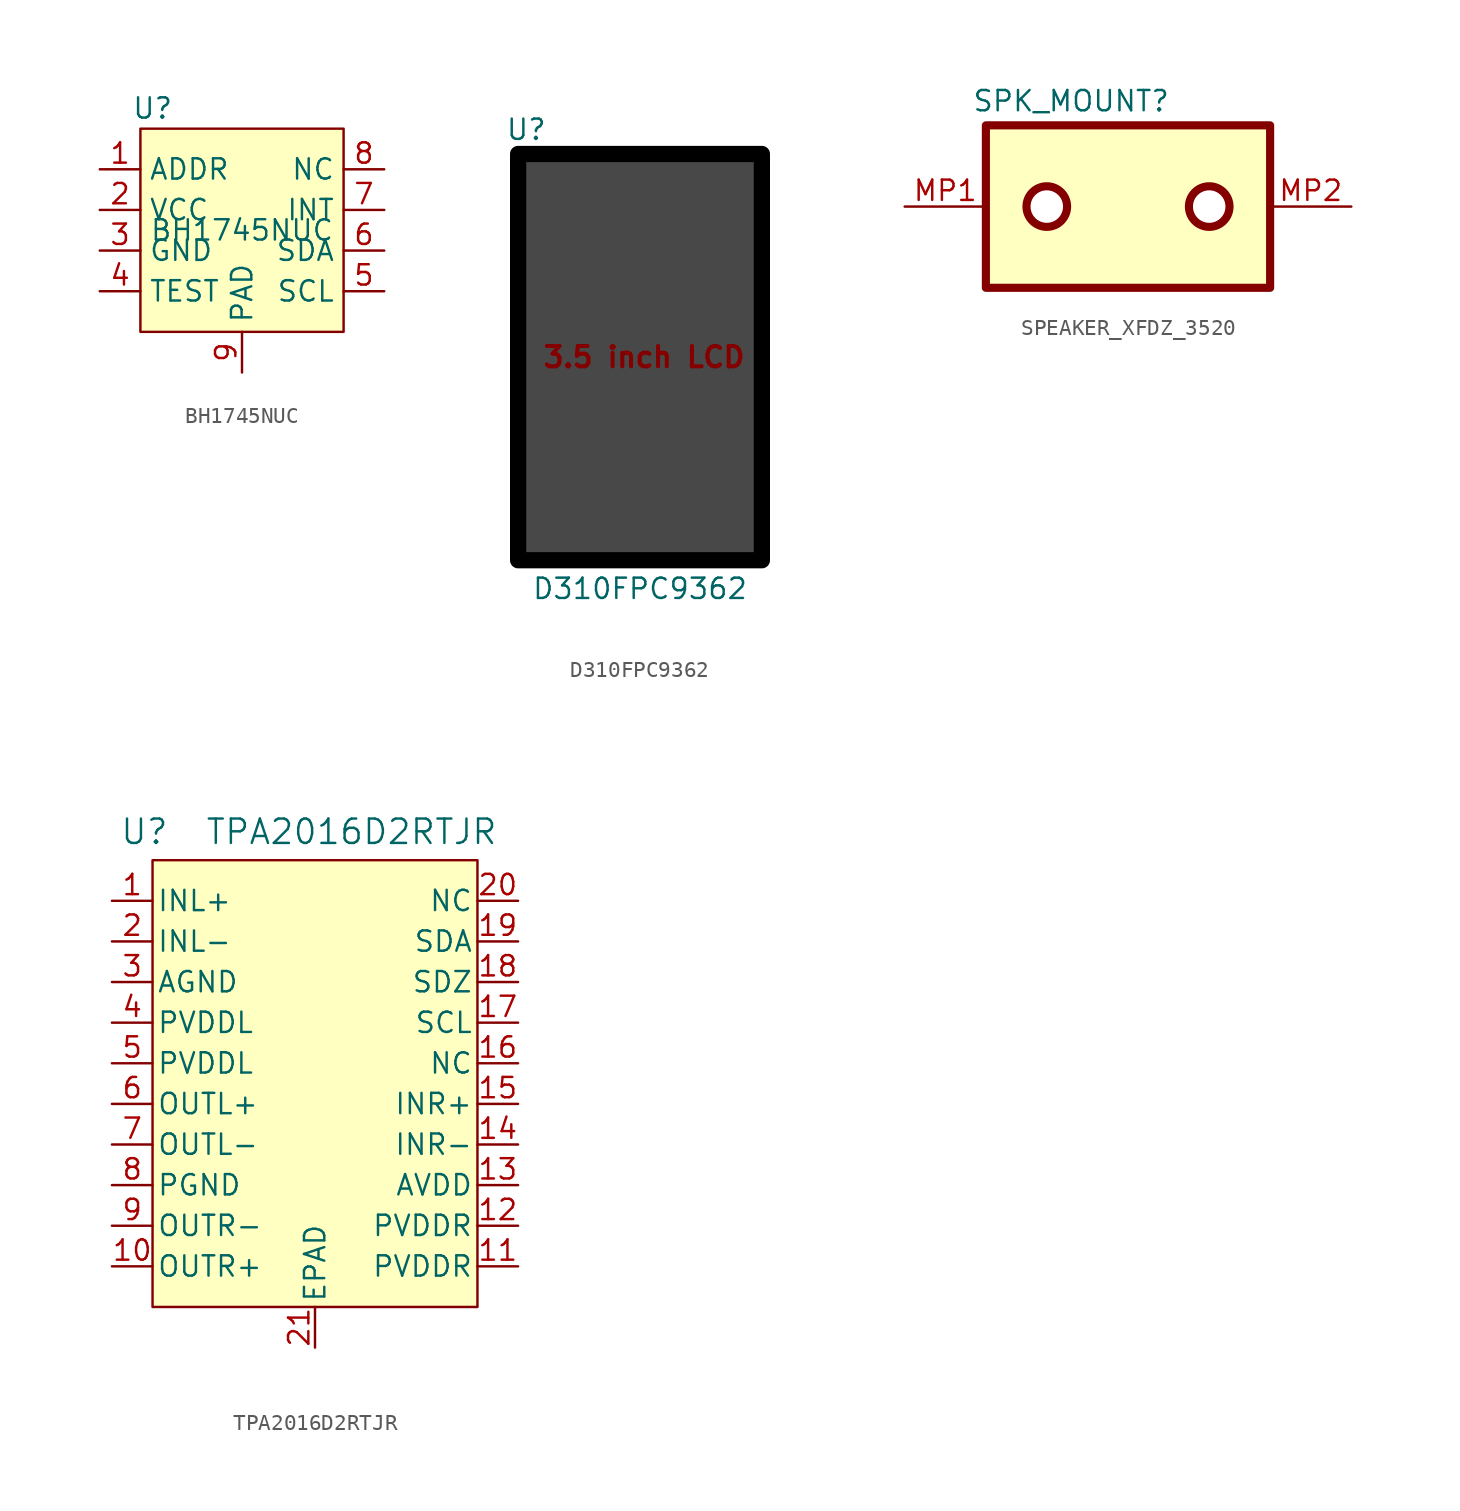
<source format=kicad_sym>
(kicad_symbol_lib
  (version 20241209)
  (generator "kicad_symbol_editor")
  (generator_version "9.0")
  (symbol "BH1745NUC"
    (property "Reference" "U"
      (at -5.588 7.62 0)
      (effects (font (size 1.27 1.27))))
    (property "Value" "BH1745NUC"
      (at 0 0 0)
      (effects (font (size 1.27 1.27))))
    (symbol "BH1745NUC_1_1"
      (rectangle (start -6.35 6.35) (end 6.35 -6.35) (stroke (width 0) (type solid)) (fill (type background)))
      (pin input line (at -8.89 3.81 0) (length 2.54) (name "ADDR" (effects (font (size 1.27 1.27)))) (number "1" (effects (font (size 1.27 1.27)))))
      (pin power_in line (at -8.89 1.27 0) (length 2.54) (name "VCC" (effects (font (size 1.27 1.27)))) (number "2" (effects (font (size 1.27 1.27)))))
      (pin power_in line (at -8.89 -1.27 0) (length 2.54) (name "GND" (effects (font (size 1.27 1.27)))) (number "3" (effects (font (size 1.27 1.27)))))
      (pin free line (at -8.89 -3.81 0) (length 2.54) (name "TEST" (effects (font (size 1.27 1.27)))) (number "4" (effects (font (size 1.27 1.27)))))
      (pin free line (at 0 -8.89 90) (length 2.54) (name "PAD" (effects (font (size 1.27 1.27)))) (number "9" (effects (font (size 1.27 1.27)))))
      (pin free line (at 8.89 3.81 180) (length 2.54) (name "NC" (effects (font (size 1.27 1.27)))) (number "8" (effects (font (size 1.27 1.27)))))
      (pin free line (at 8.89 1.27 180) (length 2.54) (name "INT" (effects (font (size 1.27 1.27)))) (number "7" (effects (font (size 1.27 1.27)))))
      (pin bidirectional line (at 8.89 -1.27 180) (length 2.54) (name "SDA" (effects (font (size 1.27 1.27)))) (number "6" (effects (font (size 1.27 1.27)))))
      (pin input line (at 8.89 -3.81 180) (length 2.54) (name "SCL" (effects (font (size 1.27 1.27)))) (number "5" (effects (font (size 1.27 1.27)))))))
  (symbol "D310FPC9362"
    (property "Reference" "U"
      (at -7.112 14.224 0)
      (effects (font (size 1.27 1.27))))
    (property "Value" "D310FPC9362"
      (at 0 -14.478 0)
      (effects (font (size 1.27 1.27))))
    (symbol "D310FPC9362_1_1"
      (rectangle (start -7.62 12.7) (end 7.62 -12.7) (stroke (width 1.016) (type solid) (color 0 0 0 1)) (fill (type color) (color 72 72 72 1)))
      (text "3.5 inch LCD" (at 0.254 0 0) (effects (font (size 1.27 1.27) (thickness 0.254) (bold yes))))))
  (symbol "SPEAKER_XFDZ_3520"
    (property "Reference" "SPK_MOUNT"
      (at -3.556 6.604 0)
      (effects (font (size 1.27 1.27))))
    (property "Value" ""
      (at 0 0 0)
      (effects (font (size 1.27 1.27))))
    (symbol "SPEAKER_XFDZ_3520_1_1"
      (rectangle (start -8.89 5.08) (end 8.89 -5.08) (stroke (width 0.508) (type solid)) (fill (type background)))
      (circle (center -5.08 0) (radius 1.27) (stroke (width 0.508) (type solid)) (fill (type color) (color 255 255 255 1)))
      (circle (center 5.08 0) (radius 1.27) (stroke (width 0.508) (type solid)) (fill (type color) (color 255 255 255 1)))
      (pin free line (at -13.97 0 0) (length 5.08) (name "" (effects (font (size 1.27 1.27)))) (number "MP1" (effects (font (size 1.27 1.27)))))
      (pin free line (at 13.97 0 180) (length 5.08) (name "" (effects (font (size 1.27 1.27)))) (number "MP2" (effects (font (size 1.27 1.27)))))))
  (symbol "TPA2016D2RTJR"
    (pin_names
      (offset 0.254))
    (property "Reference" "U"
      (at -10.668 15.748 0)
      (effects (font (size 1.524 1.524))))
    (property "Value" "TPA2016D2RTJR"
      (at 2.286 15.748 0)
      (effects (font (size 1.524 1.524))))
    (symbol "TPA2016D2RTJR_0_1"
      (pin input line (at -12.7 11.43 0) (length 2.54) (name "INL+" (effects (font (size 1.27 1.27)))) (number "1" (effects (font (size 1.27 1.27)))))
      (pin input line (at -12.7 8.89 0) (length 2.54) (name "INL-" (effects (font (size 1.27 1.27)))) (number "2" (effects (font (size 1.27 1.27)))))
      (pin power_in line (at -12.7 6.35 0) (length 2.54) (name "AGND" (effects (font (size 1.27 1.27)))) (number "3" (effects (font (size 1.27 1.27)))))
      (pin power_in line (at -12.7 3.81 0) (length 2.54) (name "PVDDL" (effects (font (size 1.27 1.27)))) (number "4" (effects (font (size 1.27 1.27)))))
      (pin power_in line (at -12.7 1.27 0) (length 2.54) (name "PVDDL" (effects (font (size 1.27 1.27)))) (number "5" (effects (font (size 1.27 1.27)))))
      (pin output line (at -12.7 -1.27 0) (length 2.54) (name "OUTL+" (effects (font (size 1.27 1.27)))) (number "6" (effects (font (size 1.27 1.27)))))
      (pin output line (at -12.7 -3.81 0) (length 2.54) (name "OUTL-" (effects (font (size 1.27 1.27)))) (number "7" (effects (font (size 1.27 1.27)))))
      (pin power_in line (at -12.7 -6.35 0) (length 2.54) (name "PGND" (effects (font (size 1.27 1.27)))) (number "8" (effects (font (size 1.27 1.27)))))
      (pin output line (at -12.7 -8.89 0) (length 2.54) (name "OUTR-" (effects (font (size 1.27 1.27)))) (number "9" (effects (font (size 1.27 1.27)))))
      (pin output line (at -12.7 -11.43 0) (length 2.54) (name "OUTR+" (effects (font (size 1.27 1.27)))) (number "10" (effects (font (size 1.27 1.27)))))
      (pin unspecified line (at 12.7 11.43 180) (length 2.54) (name "NC" (effects (font (size 1.27 1.27)))) (number "20" (effects (font (size 1.27 1.27)))))
      (pin bidirectional line (at 12.7 8.89 180) (length 2.54) (name "SDA" (effects (font (size 1.27 1.27)))) (number "19" (effects (font (size 1.27 1.27)))))
      (pin input line (at 12.7 6.35 180) (length 2.54) (name "SDZ" (effects (font (size 1.27 1.27)))) (number "18" (effects (font (size 1.27 1.27)))))
      (pin input line (at 12.7 3.81 180) (length 2.54) (name "SCL" (effects (font (size 1.27 1.27)))) (number "17" (effects (font (size 1.27 1.27)))))
      (pin unspecified line (at 12.7 1.27 180) (length 2.54) (name "NC" (effects (font (size 1.27 1.27)))) (number "16" (effects (font (size 1.27 1.27)))))
      (pin input line (at 12.7 -1.27 180) (length 2.54) (name "INR+" (effects (font (size 1.27 1.27)))) (number "15" (effects (font (size 1.27 1.27)))))
      (pin input line (at 12.7 -3.81 180) (length 2.54) (name "INR-" (effects (font (size 1.27 1.27)))) (number "14" (effects (font (size 1.27 1.27)))))
      (pin power_in line (at 12.7 -6.35 180) (length 2.54) (name "AVDD" (effects (font (size 1.27 1.27)))) (number "13" (effects (font (size 1.27 1.27)))))
      (pin power_in line (at 12.7 -8.89 180) (length 2.54) (name "PVDDR" (effects (font (size 1.27 1.27)))) (number "12" (effects (font (size 1.27 1.27)))))
      (pin power_in line (at 12.7 -11.43 180) (length 2.54) (name "PVDDR" (effects (font (size 1.27 1.27)))) (number "11" (effects (font (size 1.27 1.27))))))
    (symbol "TPA2016D2RTJR_1_1"
      (rectangle (start -10.16 13.97) (end 10.16 -13.97) (stroke (width 0) (type solid)) (fill (type background)))
      (pin passive line (at 0 -16.51 90) (length 2.54) (name "EPAD" (effects (font (size 1.27 1.27)))) (number "21" (effects (font (size 1.27 1.27))))))))
</source>
